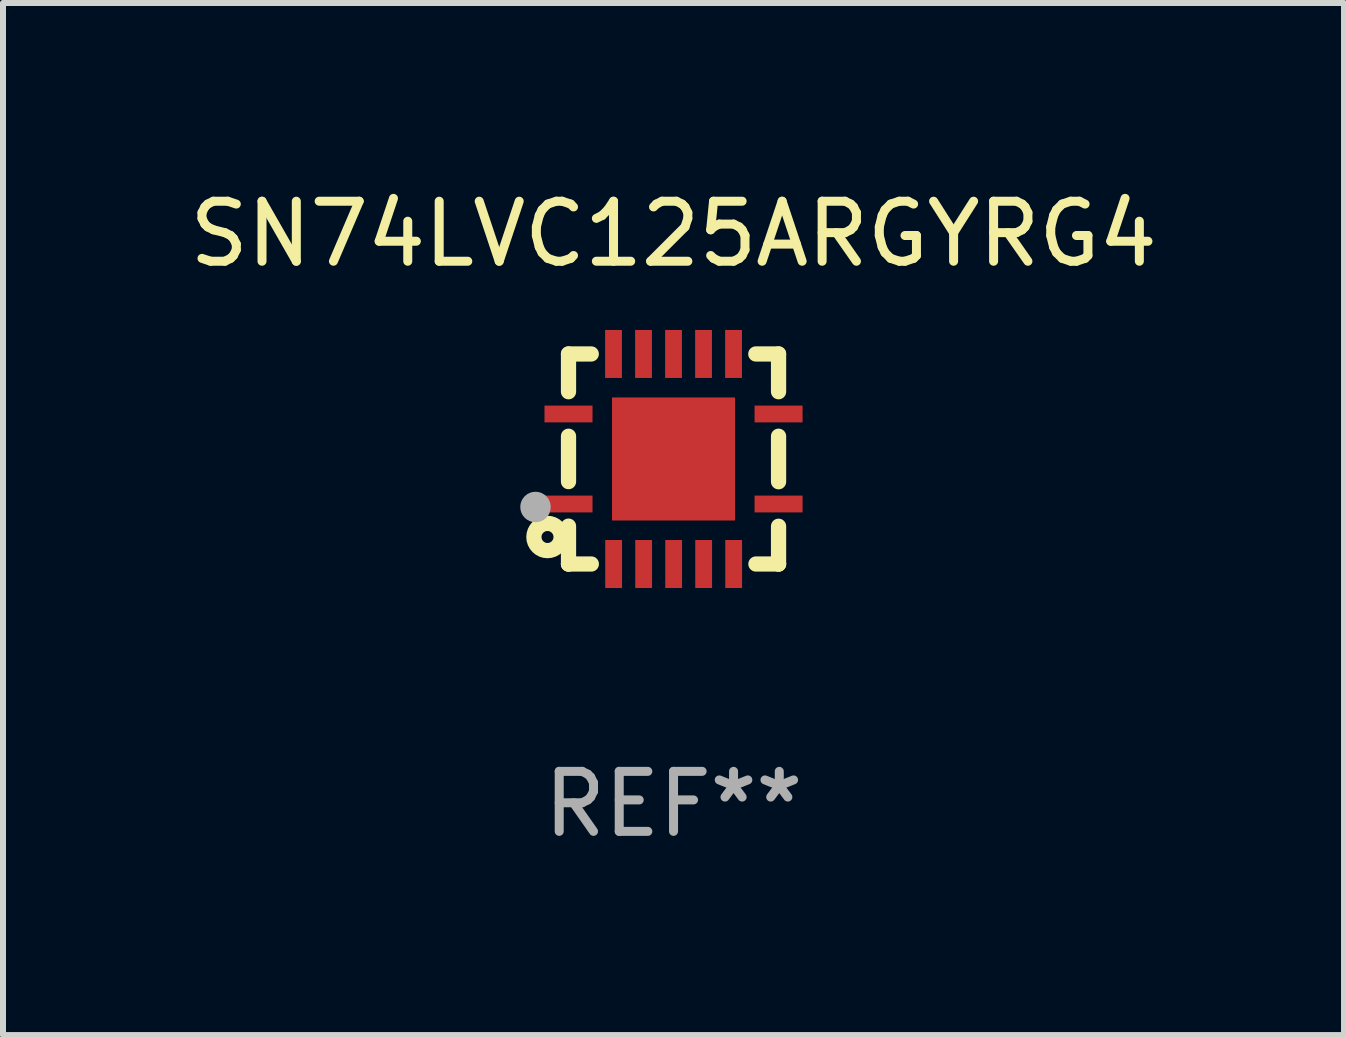
<source format=kicad_pcb>
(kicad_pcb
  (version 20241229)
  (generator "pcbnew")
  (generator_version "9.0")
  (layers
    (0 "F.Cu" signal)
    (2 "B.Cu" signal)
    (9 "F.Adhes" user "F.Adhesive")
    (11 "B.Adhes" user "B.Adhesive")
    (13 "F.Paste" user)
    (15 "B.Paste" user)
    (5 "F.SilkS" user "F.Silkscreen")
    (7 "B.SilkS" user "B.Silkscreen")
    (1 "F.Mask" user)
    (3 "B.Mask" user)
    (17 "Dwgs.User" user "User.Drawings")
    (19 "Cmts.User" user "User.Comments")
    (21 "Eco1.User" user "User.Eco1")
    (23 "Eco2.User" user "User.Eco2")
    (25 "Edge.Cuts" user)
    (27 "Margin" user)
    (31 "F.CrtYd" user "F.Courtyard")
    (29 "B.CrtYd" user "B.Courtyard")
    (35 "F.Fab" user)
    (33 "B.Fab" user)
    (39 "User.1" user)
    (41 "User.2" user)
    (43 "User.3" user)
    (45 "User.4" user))
  (footprint "SN74LVC125ARGYRG4"
    (layer "F.Cu")
    (at 8.173 4.598)
    (property "Reference" "SN74LVC125ARGYRG4" (at 0 -3.75 0) (layer "F.SilkS") (effects (font (size 1 1) (thickness 0.15))))
    (attr through_hole)
    (fp_line (start -1.75 1.75) (end -1.37 1.75) (stroke (width 0.254) (type solid)) (layer "F.SilkS"))
    (fp_line (start -1.75 -1.75) (end -1.75 -1.121) (stroke (width 0.254) (type solid)) (layer "F.SilkS"))
    (fp_line (start -1.75 -0.379) (end -1.75 0.377) (stroke (width 0.254) (type solid)) (layer "F.SilkS"))
    (fp_line (start -1.75 1.119) (end -1.75 1.75) (stroke (width 0.254) (type solid)) (layer "F.SilkS"))
    (fp_line (start -1.75 1.75) (end -1.75 1.75) (stroke (width 0.254) (type solid)) (layer "F.SilkS"))
    (fp_line (start -1.371 -1.75) (end -1.75 -1.75) (stroke (width 0.254) (type solid)) (layer "F.SilkS"))
    (fp_line (start 1.373 1.75) (end 1.75 1.75) (stroke (width 0.254) (type solid)) (layer "F.SilkS"))
    (fp_line (start 1.75 1.75) (end 1.75 1.75) (stroke (width 0.254) (type solid)) (layer "F.SilkS"))
    (fp_line (start 1.75 -1.75) (end 1.371 -1.75) (stroke (width 0.254) (type solid)) (layer "F.SilkS"))
    (fp_line (start 1.75 -1.121) (end 1.75 -1.75) (stroke (width 0.254) (type solid)) (layer "F.SilkS"))
    (fp_line (start 1.75 0.379) (end 1.75 -0.379) (stroke (width 0.254) (type solid)) (layer "F.SilkS"))
    (fp_line (start 1.75 1.75) (end 1.75 1.121) (stroke (width 0.254) (type solid)) (layer "F.SilkS"))
    (fp_circle (center -2.1 1.3) (end -2 1.3) (stroke (width 0.254) (type solid)) (fill no) (layer "F.SilkS"))
    (fp_circle (center -1.747 1.751) (end -1.717 1.751) (stroke (width 0.06) (type solid)) (fill no) (layer "F.SilkS"))
    (fp_circle (center -2.3 0.8) (end -2.173 0.8) (stroke (width 0.254) (type solid)) (fill no) (layer "F.Fab"))
    (fp_text user "REF**" (at 0 5.75 0) (layer "F.Fab") (effects (font (size 1 1) (thickness 0.15))))
    (pad "1" smd rect (at -1.75 0.75 270) (size 0.28 0.8) (layers "F.Cu" "F.Mask" "F.Paste"))
    (pad "2" smd rect (at -0.998 1.75 180) (size 0.28 0.8) (layers "F.Cu" "F.Mask" "F.Paste"))
    (pad "3" smd rect (at -0.498 1.75 180) (size 0.28 0.8) (layers "F.Cu" "F.Mask" "F.Paste"))
    (pad "4" smd rect (at 0.002 1.75 180) (size 0.28 0.8) (layers "F.Cu" "F.Mask" "F.Paste"))
    (pad "5" smd rect (at 0.502 1.75 180) (size 0.28 0.8) (layers "F.Cu" "F.Mask" "F.Paste"))
    (pad "6" smd rect (at 1.002 1.75 180) (size 0.28 0.8) (layers "F.Cu" "F.Mask" "F.Paste"))
    (pad "7" smd rect (at 1.75 0.75 270) (size 0.28 0.8) (layers "F.Cu" "F.Mask" "F.Paste"))
    (pad "8" smd rect (at 1.75 -0.75 270) (size 0.28 0.8) (layers "F.Cu" "F.Mask" "F.Paste"))
    (pad "9" smd rect (at 1 -1.75) (size 0.28 0.8) (layers "F.Cu" "F.Mask" "F.Paste"))
    (pad "10" smd rect (at 0.5 -1.75) (size 0.28 0.8) (layers "F.Cu" "F.Mask" "F.Paste"))
    (pad "11" smd rect (at 0 -1.75) (size 0.28 0.8) (layers "F.Cu" "F.Mask" "F.Paste"))
    (pad "12" smd rect (at -0.5 -1.75) (size 0.28 0.8) (layers "F.Cu" "F.Mask" "F.Paste"))
    (pad "13" smd rect (at -1 -1.75) (size 0.28 0.8) (layers "F.Cu" "F.Mask" "F.Paste"))
    (pad "14" smd rect (at -1.75 -0.75 90) (size 0.28 0.8) (layers "F.Cu" "F.Mask" "F.Paste"))
    (pad "15" smd rect (at 0 0 180) (size 2.05 2.05) (layers "F.Cu" "F.Mask" "F.Paste")))
  (gr_rect
    (start -3 -3)
    (end 19.345 14.197)
    (stroke (width 0.1) (type default))
    (fill no)
    (layer "Edge.Cuts")))
</source>
